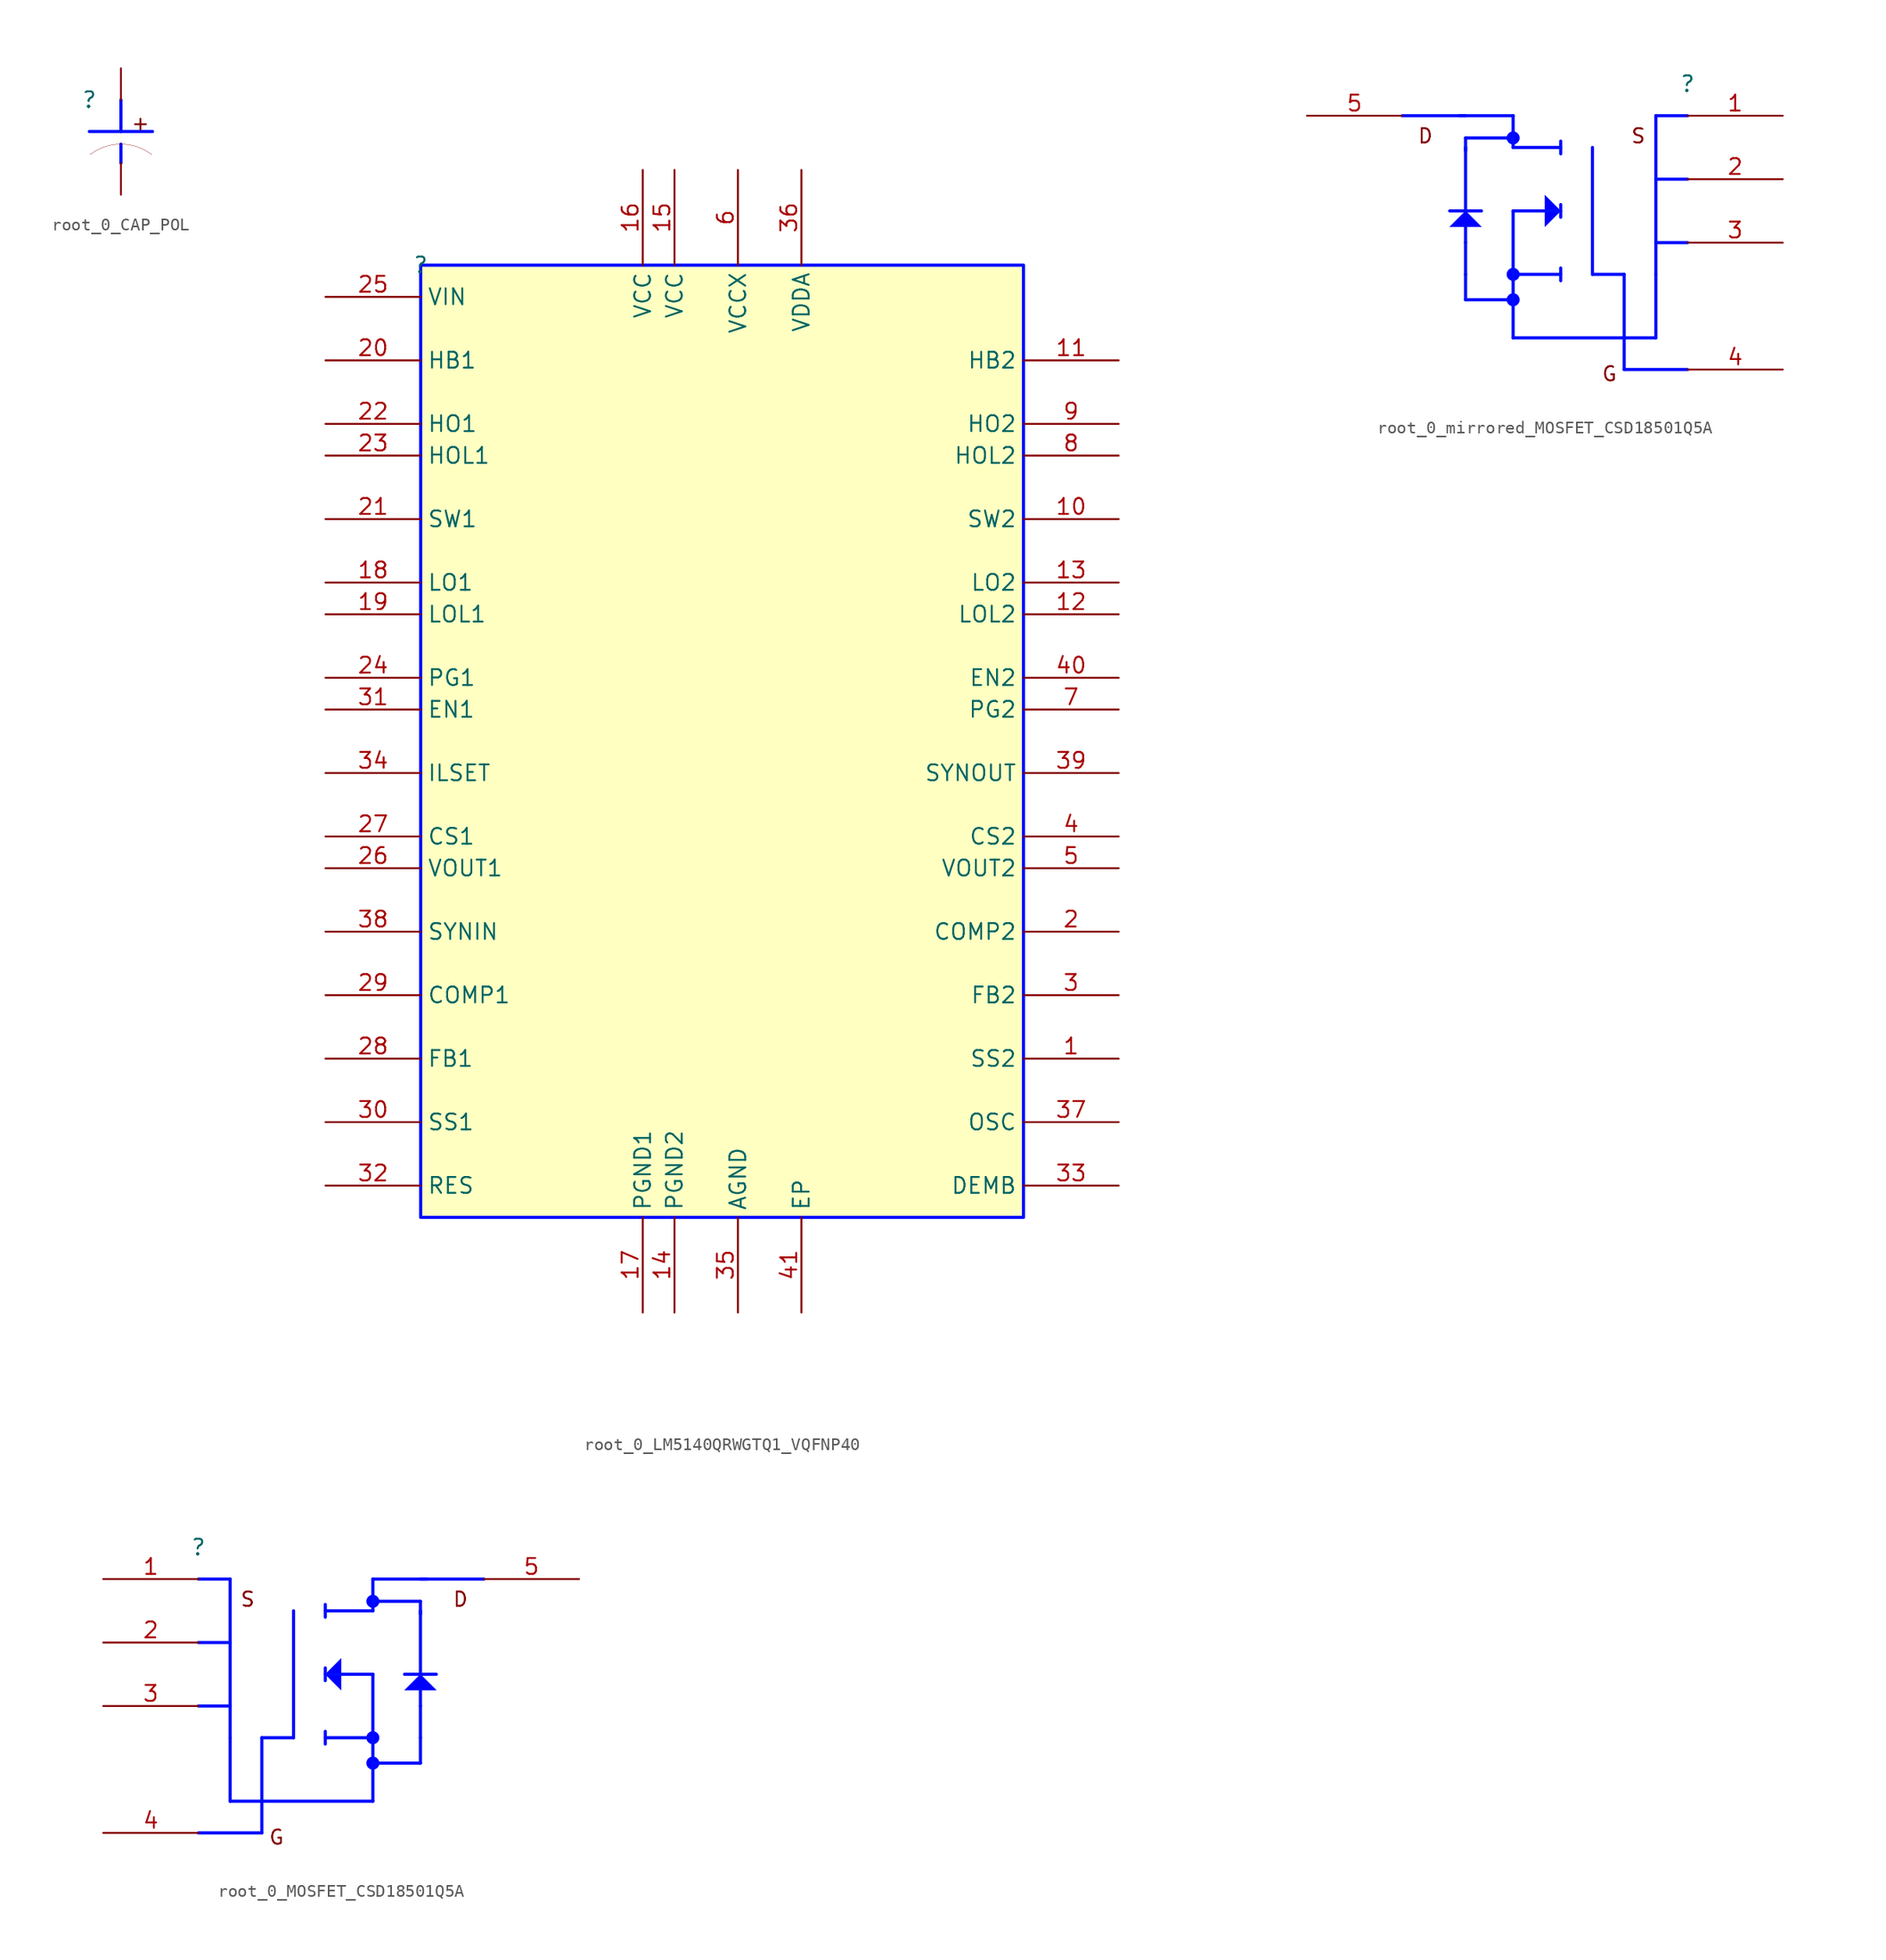
<source format=kicad_sym>
(kicad_symbol_lib
  (version 20231120)
  (generator "kicad_symbol_editor")
  (generator_version "8.0")
  (symbol "root_0_CAP_POL"
    (property "Reference" ""
      (at 0 0 0)
      (effects (font (size 1.27 1.27))))
    (property "Value" ""
      (at 0 0 0)
      (effects (font (size 1.27 1.27))))
    (symbol "root_0_CAP_POL_1_0"
      (polyline (pts (xy 0 -2.54) (xy 5.08 -2.54)) (stroke (width 0.254) (type solid) (color 0 11 255 1)) (fill (type none)))
      (polyline (pts (xy 2.54 -3.556) (xy 2.54 -5.08)) (stroke (width 0.254) (type solid) (color 0 11 255 1)) (fill (type none)))
      (polyline (pts (xy 2.54 0) (xy 2.54 -2.54)) (stroke (width 0.254) (type solid) (color 0 11 255 1)) (fill (type none)))
      (arc (start 2.54 -3.556) (mid 1.2313 -3.7725) (end 0.0621 -4.3988) (stroke (width 0.0254) (type solid)) (fill (type none)))
      (arc (start 5.0179 -4.3988) (mid 3.8487 -3.7725) (end 2.54 -3.556) (stroke (width 0.0254) (type solid)) (fill (type none)))
      (text "+" (at 3.302 -2.54 0) (effects (font (size 1.143 1.143)) (justify left bottom)))
      (pin passive line (at 2.54 2.54 270) (length 2.54) (name "1" (effects (font (size 0 0)))) (number "1" (effects (font (size 0 0)))))
      (pin passive line (at 2.54 -7.62 90) (length 2.54) (name "2" (effects (font (size 0 0)))) (number "2" (effects (font (size 0 0)))))))
  (symbol "root_0_LM5140QRWGTQ1_VQFNP40"
    (property "Reference" ""
      (at 0 0 0)
      (effects (font (size 1.27 1.27))))
    (property "Value" ""
      (at 0 0 0)
      (effects (font (size 1.27 1.27))))
    (symbol "root_0_LM5140QRWGTQ1_VQFNP40_1_0"
      (rectangle (start 48.26 0) (end 0 -76.2) (stroke (width 0.254) (type solid) (color 0 11 255 1)) (fill (type background)))
      (pin passive line (at 55.88 -63.5 180) (length 7.62) (name "SS2" (effects (font (size 1.27 1.27)))) (number "1" (effects (font (size 1.27 1.27)))))
      (pin passive line (at 55.88 -20.32 180) (length 7.62) (name "SW2" (effects (font (size 1.27 1.27)))) (number "10" (effects (font (size 1.27 1.27)))))
      (pin passive line (at 55.88 -7.62 180) (length 7.62) (name "HB2" (effects (font (size 1.27 1.27)))) (number "11" (effects (font (size 1.27 1.27)))))
      (pin passive line (at 55.88 -27.94 180) (length 7.62) (name "LOL2" (effects (font (size 1.27 1.27)))) (number "12" (effects (font (size 1.27 1.27)))))
      (pin passive line (at 55.88 -25.4 180) (length 7.62) (name "LO2" (effects (font (size 1.27 1.27)))) (number "13" (effects (font (size 1.27 1.27)))))
      (pin power_in line (at 20.32 -83.82 90) (length 7.62) (name "PGND2" (effects (font (size 1.27 1.27)))) (number "14" (effects (font (size 1.27 1.27)))))
      (pin power_in line (at 20.32 7.62 270) (length 7.62) (name "VCC" (effects (font (size 1.27 1.27)))) (number "15" (effects (font (size 1.27 1.27)))))
      (pin power_in line (at 17.78 7.62 270) (length 7.62) (name "VCC" (effects (font (size 1.27 1.27)))) (number "16" (effects (font (size 1.27 1.27)))))
      (pin power_in line (at 17.78 -83.82 90) (length 7.62) (name "PGND1" (effects (font (size 1.27 1.27)))) (number "17" (effects (font (size 1.27 1.27)))))
      (pin passive line (at -7.62 -25.4 0) (length 7.62) (name "LO1" (effects (font (size 1.27 1.27)))) (number "18" (effects (font (size 1.27 1.27)))))
      (pin passive line (at -7.62 -27.94 0) (length 7.62) (name "LOL1" (effects (font (size 1.27 1.27)))) (number "19" (effects (font (size 1.27 1.27)))))
      (pin passive line (at 55.88 -53.34 180) (length 7.62) (name "COMP2" (effects (font (size 1.27 1.27)))) (number "2" (effects (font (size 1.27 1.27)))))
      (pin passive line (at -7.62 -7.62 0) (length 7.62) (name "HB1" (effects (font (size 1.27 1.27)))) (number "20" (effects (font (size 1.27 1.27)))))
      (pin passive line (at -7.62 -20.32 0) (length 7.62) (name "SW1" (effects (font (size 1.27 1.27)))) (number "21" (effects (font (size 1.27 1.27)))))
      (pin passive line (at -7.62 -12.7 0) (length 7.62) (name "HO1" (effects (font (size 1.27 1.27)))) (number "22" (effects (font (size 1.27 1.27)))))
      (pin passive line (at -7.62 -15.24 0) (length 7.62) (name "HOL1" (effects (font (size 1.27 1.27)))) (number "23" (effects (font (size 1.27 1.27)))))
      (pin passive line (at -7.62 -33.02 0) (length 7.62) (name "PG1" (effects (font (size 1.27 1.27)))) (number "24" (effects (font (size 1.27 1.27)))))
      (pin input line (at -7.62 -2.54 0) (length 7.62) (name "VIN" (effects (font (size 1.27 1.27)))) (number "25" (effects (font (size 1.27 1.27)))))
      (pin power_in line (at -7.62 -48.26 0) (length 7.62) (name "VOUT1" (effects (font (size 1.27 1.27)))) (number "26" (effects (font (size 1.27 1.27)))))
      (pin passive line (at -7.62 -45.72 0) (length 7.62) (name "CS1" (effects (font (size 1.27 1.27)))) (number "27" (effects (font (size 1.27 1.27)))))
      (pin passive line (at -7.62 -63.5 0) (length 7.62) (name "FB1" (effects (font (size 1.27 1.27)))) (number "28" (effects (font (size 1.27 1.27)))))
      (pin passive line (at -7.62 -58.42 0) (length 7.62) (name "COMP1" (effects (font (size 1.27 1.27)))) (number "29" (effects (font (size 1.27 1.27)))))
      (pin passive line (at 55.88 -58.42 180) (length 7.62) (name "FB2" (effects (font (size 1.27 1.27)))) (number "3" (effects (font (size 1.27 1.27)))))
      (pin passive line (at -7.62 -68.58 0) (length 7.62) (name "SS1" (effects (font (size 1.27 1.27)))) (number "30" (effects (font (size 1.27 1.27)))))
      (pin passive line (at -7.62 -35.56 0) (length 7.62) (name "EN1" (effects (font (size 1.27 1.27)))) (number "31" (effects (font (size 1.27 1.27)))))
      (pin passive line (at -7.62 -73.66 0) (length 7.62) (name "RES" (effects (font (size 1.27 1.27)))) (number "32" (effects (font (size 1.27 1.27)))))
      (pin passive line (at 55.88 -73.66 180) (length 7.62) (name "DEMB" (effects (font (size 1.27 1.27)))) (number "33" (effects (font (size 1.27 1.27)))))
      (pin passive line (at -7.62 -40.64 0) (length 7.62) (name "ILSET" (effects (font (size 1.27 1.27)))) (number "34" (effects (font (size 1.27 1.27)))))
      (pin power_in line (at 25.4 -83.82 90) (length 7.62) (name "AGND" (effects (font (size 1.27 1.27)))) (number "35" (effects (font (size 1.27 1.27)))))
      (pin power_in line (at 30.48 7.62 270) (length 7.62) (name "VDDA" (effects (font (size 1.27 1.27)))) (number "36" (effects (font (size 1.27 1.27)))))
      (pin passive line (at 55.88 -68.58 180) (length 7.62) (name "OSC" (effects (font (size 1.27 1.27)))) (number "37" (effects (font (size 1.27 1.27)))))
      (pin input line (at -7.62 -53.34 0) (length 7.62) (name "SYNIN" (effects (font (size 1.27 1.27)))) (number "38" (effects (font (size 1.27 1.27)))))
      (pin output line (at 55.88 -40.64 180) (length 7.62) (name "SYNOUT" (effects (font (size 1.27 1.27)))) (number "39" (effects (font (size 1.27 1.27)))))
      (pin passive line (at 55.88 -45.72 180) (length 7.62) (name "CS2" (effects (font (size 1.27 1.27)))) (number "4" (effects (font (size 1.27 1.27)))))
      (pin passive line (at 55.88 -33.02 180) (length 7.62) (name "EN2" (effects (font (size 1.27 1.27)))) (number "40" (effects (font (size 1.27 1.27)))))
      (pin power_in line (at 30.48 -83.82 90) (length 7.62) (name "EP" (effects (font (size 1.27 1.27)))) (number "41" (effects (font (size 1.27 1.27)))))
      (pin power_in line (at 55.88 -48.26 180) (length 7.62) (name "VOUT2" (effects (font (size 1.27 1.27)))) (number "5" (effects (font (size 1.27 1.27)))))
      (pin power_in line (at 25.4 7.62 270) (length 7.62) (name "VCCX" (effects (font (size 1.27 1.27)))) (number "6" (effects (font (size 1.27 1.27)))))
      (pin passive line (at 55.88 -35.56 180) (length 7.62) (name "PG2" (effects (font (size 1.27 1.27)))) (number "7" (effects (font (size 1.27 1.27)))))
      (pin passive line (at 55.88 -15.24 180) (length 7.62) (name "HOL2" (effects (font (size 1.27 1.27)))) (number "8" (effects (font (size 1.27 1.27)))))
      (pin passive line (at 55.88 -12.7 180) (length 7.62) (name "HO2" (effects (font (size 1.27 1.27)))) (number "9" (effects (font (size 1.27 1.27)))))))
  (symbol "root_0_mirrored_MOSFET_CSD18501Q5A"
    (property "Reference" ""
      (at 0 0 0)
      (effects (font (size 1.27 1.27))))
    (property "Value" ""
      (at 0 0 0)
      (effects (font (size 1.27 1.27))))
    (symbol "root_0_mirrored_MOSFET_CSD18501Q5A_1_0"
      (circle (center -13.97 -17.272) (radius 0.508) (stroke (width 0.025) (type solid) (color 0 11 255 1)) (fill (type color) (color 0 0 255 1)))
      (circle (center -13.97 -15.24) (radius 0.508) (stroke (width 0.025) (type solid) (color 0 11 255 1)) (fill (type color) (color 0 0 255 1)))
      (circle (center -13.97 -4.318) (radius 0.508) (stroke (width 0.025) (type solid) (color 0 11 255 1)) (fill (type color) (color 0 0 255 1)))
      (polyline (pts (xy -19.05 -10.16) (xy -16.51 -10.16)) (stroke (width 0.254) (type solid) (color 0 11 255 1)) (fill (type none)))
      (polyline (pts (xy -17.78 -15.24) (xy -17.78 -17.272)) (stroke (width 0.254) (type solid) (color 0 11 255 1)) (fill (type none)))
      (polyline (pts (xy -17.78 -12.7) (xy -17.78 -15.24)) (stroke (width 0.254) (type solid) (color 0 11 255 1)) (fill (type none)))
      (polyline (pts (xy -17.78 -11.43) (xy -17.78 -12.7)) (stroke (width 0.254) (type solid) (color 0 11 255 1)) (fill (type none)))
      (polyline (pts (xy -17.78 -5.334) (xy -17.78 -4.318)) (stroke (width 0.254) (type solid) (color 0 11 255 1)) (fill (type none)))
      (polyline (pts (xy -17.78 -5.08) (xy -17.78 -10.16)) (stroke (width 0.254) (type solid) (color 0 11 255 1)) (fill (type none)))
      (polyline (pts (xy -17.78 -2.54) (xy -22.86 -2.54)) (stroke (width 0.254) (type solid) (color 0 11 255 1)) (fill (type none)))
      (polyline (pts (xy -13.97 -17.272) (xy -17.78 -17.272)) (stroke (width 0.254) (type solid) (color 0 11 255 1)) (fill (type none)))
      (polyline (pts (xy -13.97 -15.24) (xy -13.97 -20.32)) (stroke (width 0.254) (type solid) (color 0 11 255 1)) (fill (type none)))
      (polyline (pts (xy -13.97 -15.24) (xy -10.16 -15.24)) (stroke (width 0.254) (type solid) (color 0 11 255 1)) (fill (type none)))
      (polyline (pts (xy -13.97 -10.16) (xy -13.97 -15.24)) (stroke (width 0.254) (type solid) (color 0 11 255 1)) (fill (type none)))
      (polyline (pts (xy -13.97 -10.16) (xy -10.16 -10.16)) (stroke (width 0.254) (type solid) (color 0 11 255 1)) (fill (type none)))
      (polyline (pts (xy -13.97 -5.08) (xy -13.97 -2.54)) (stroke (width 0.254) (type solid) (color 0 11 255 1)) (fill (type none)))
      (polyline (pts (xy -13.97 -5.08) (xy -10.16 -5.08)) (stroke (width 0.254) (type solid) (color 0 11 255 1)) (fill (type none)))
      (polyline (pts (xy -13.97 -4.318) (xy -17.78 -4.318)) (stroke (width 0.254) (type solid) (color 0 11 255 1)) (fill (type none)))
      (polyline (pts (xy -13.97 -2.54) (xy -18.288 -2.54)) (stroke (width 0.254) (type solid) (color 0 11 255 1)) (fill (type none)))
      (polyline (pts (xy -10.16 -14.732) (xy -10.16 -15.748)) (stroke (width 0.254) (type solid) (color 0 11 255 1)) (fill (type none)))
      (polyline (pts (xy -10.16 -9.652) (xy -10.16 -10.668)) (stroke (width 0.254) (type solid) (color 0 11 255 1)) (fill (type none)))
      (polyline (pts (xy -10.16 -4.572) (xy -10.16 -5.588)) (stroke (width 0.254) (type solid) (color 0 11 255 1)) (fill (type none)))
      (polyline (pts (xy -7.62 -15.24) (xy -7.62 -5.08)) (stroke (width 0.254) (type solid) (color 0 11 255 1)) (fill (type none)))
      (polyline (pts (xy -5.08 -22.86) (xy -5.08 -15.24)) (stroke (width 0.254) (type solid) (color 0 11 255 1)) (fill (type none)))
      (polyline (pts (xy -5.08 -22.86) (xy 0 -22.86)) (stroke (width 0.254) (type solid) (color 0 11 255 1)) (fill (type none)))
      (polyline (pts (xy -5.08 -15.24) (xy -7.62 -15.24)) (stroke (width 0.254) (type solid) (color 0 11 255 1)) (fill (type none)))
      (polyline (pts (xy -2.54 -20.32) (xy -13.97 -20.32)) (stroke (width 0.254) (type solid) (color 0 11 255 1)) (fill (type none)))
      (polyline (pts (xy -2.54 -20.32) (xy -2.54 -15.24)) (stroke (width 0.254) (type solid) (color 0 11 255 1)) (fill (type none)))
      (polyline (pts (xy -2.54 -15.24) (xy -2.54 -2.54)) (stroke (width 0.254) (type solid) (color 0 11 255 1)) (fill (type none)))
      (polyline (pts (xy -2.54 -12.7) (xy 0 -12.7)) (stroke (width 0.254) (type solid) (color 0 11 255 1)) (fill (type none)))
      (polyline (pts (xy -2.54 -7.62) (xy 0 -7.62)) (stroke (width 0.254) (type solid) (color 0 11 255 1)) (fill (type none)))
      (polyline (pts (xy -2.54 -2.54) (xy 0 -2.54)) (stroke (width 0.254) (type solid) (color 0 11 255 1)) (fill (type none)))
      (polyline (pts (xy -16.51 -11.43) (xy -19.05 -11.43) (xy -17.78 -10.16) (xy -16.51 -11.43) (xy -16.51 -11.43)) (stroke (width 0.025) (type solid) (color 0 11 255 1)) (fill (type color) (color 0 0 255 1)))
      (polyline (pts (xy -10.16 -10.16) (xy -11.43 -8.89) (xy -11.43 -11.43) (xy -10.16 -10.16) (xy -10.16 -10.16)) (stroke (width 0.025) (type solid) (color 0 11 255 1)) (fill (type color) (color 0 0 255 1)))
      (text "D" (at -20.32 -4.826 0) (effects (font (size 1.143 1.143)) (justify right bottom)))
      (text "G" (at -5.588 -23.876 0) (effects (font (size 1.143 1.143)) (justify right bottom)))
      (text "S" (at -3.302 -4.826 0) (effects (font (size 1.143 1.143)) (justify right bottom)))
      (pin passive line (at 7.62 -2.54 180) (length 7.62) (name "S1" (effects (font (size 0 0)))) (number "1" (effects (font (size 1.27 1.27)))))
      (pin passive line (at 7.62 -7.62 180) (length 7.62) (name "S2" (effects (font (size 0 0)))) (number "2" (effects (font (size 1.27 1.27)))))
      (pin passive line (at 7.62 -12.7 180) (length 7.62) (name "S3" (effects (font (size 0 0)))) (number "3" (effects (font (size 1.27 1.27)))))
      (pin passive line (at 7.62 -22.86 180) (length 7.62) (name "G" (effects (font (size 0 0)))) (number "4" (effects (font (size 1.27 1.27)))))
      (pin passive line (at -30.48 -2.54 0) (length 7.62) (name "D" (effects (font (size 0 0)))) (number "5" (effects (font (size 1.27 1.27)))))))
  (symbol "root_0_MOSFET_CSD18501Q5A"
    (property "Reference" ""
      (at 0 0 0)
      (effects (font (size 1.27 1.27))))
    (property "Value" ""
      (at 0 0 0)
      (effects (font (size 1.27 1.27))))
    (symbol "root_0_MOSFET_CSD18501Q5A_1_0"
      (polyline (pts (xy 2.54 -20.32) (xy 2.54 -15.24)) (stroke (width 0.254) (type solid) (color 0 11 255 1)) (fill (type none)))
      (polyline (pts (xy 2.54 -20.32) (xy 13.97 -20.32)) (stroke (width 0.254) (type solid) (color 0 11 255 1)) (fill (type none)))
      (polyline (pts (xy 2.54 -15.24) (xy 2.54 -2.54)) (stroke (width 0.254) (type solid) (color 0 11 255 1)) (fill (type none)))
      (polyline (pts (xy 2.54 -12.7) (xy 0 -12.7)) (stroke (width 0.254) (type solid) (color 0 11 255 1)) (fill (type none)))
      (polyline (pts (xy 2.54 -7.62) (xy 0 -7.62)) (stroke (width 0.254) (type solid) (color 0 11 255 1)) (fill (type none)))
      (polyline (pts (xy 2.54 -2.54) (xy 0 -2.54)) (stroke (width 0.254) (type solid) (color 0 11 255 1)) (fill (type none)))
      (polyline (pts (xy 5.08 -22.86) (xy 0 -22.86)) (stroke (width 0.254) (type solid) (color 0 11 255 1)) (fill (type none)))
      (polyline (pts (xy 5.08 -22.86) (xy 5.08 -15.24)) (stroke (width 0.254) (type solid) (color 0 11 255 1)) (fill (type none)))
      (polyline (pts (xy 5.08 -15.24) (xy 7.62 -15.24)) (stroke (width 0.254) (type solid) (color 0 11 255 1)) (fill (type none)))
      (polyline (pts (xy 7.62 -15.24) (xy 7.62 -5.08)) (stroke (width 0.254) (type solid) (color 0 11 255 1)) (fill (type none)))
      (polyline (pts (xy 10.16 -14.732) (xy 10.16 -15.748)) (stroke (width 0.254) (type solid) (color 0 11 255 1)) (fill (type none)))
      (polyline (pts (xy 10.16 -9.652) (xy 10.16 -10.668)) (stroke (width 0.254) (type solid) (color 0 11 255 1)) (fill (type none)))
      (polyline (pts (xy 10.16 -4.572) (xy 10.16 -5.588)) (stroke (width 0.254) (type solid) (color 0 11 255 1)) (fill (type none)))
      (polyline (pts (xy 13.97 -17.272) (xy 17.78 -17.272)) (stroke (width 0.254) (type solid) (color 0 11 255 1)) (fill (type none)))
      (polyline (pts (xy 13.97 -15.24) (xy 10.16 -15.24)) (stroke (width 0.254) (type solid) (color 0 11 255 1)) (fill (type none)))
      (polyline (pts (xy 13.97 -15.24) (xy 13.97 -20.32)) (stroke (width 0.254) (type solid) (color 0 11 255 1)) (fill (type none)))
      (polyline (pts (xy 13.97 -10.16) (xy 10.16 -10.16)) (stroke (width 0.254) (type solid) (color 0 11 255 1)) (fill (type none)))
      (polyline (pts (xy 13.97 -10.16) (xy 13.97 -15.24)) (stroke (width 0.254) (type solid) (color 0 11 255 1)) (fill (type none)))
      (polyline (pts (xy 13.97 -5.08) (xy 10.16 -5.08)) (stroke (width 0.254) (type solid) (color 0 11 255 1)) (fill (type none)))
      (polyline (pts (xy 13.97 -5.08) (xy 13.97 -2.54)) (stroke (width 0.254) (type solid) (color 0 11 255 1)) (fill (type none)))
      (polyline (pts (xy 13.97 -4.318) (xy 17.78 -4.318)) (stroke (width 0.254) (type solid) (color 0 11 255 1)) (fill (type none)))
      (polyline (pts (xy 13.97 -2.54) (xy 18.288 -2.54)) (stroke (width 0.254) (type solid) (color 0 11 255 1)) (fill (type none)))
      (polyline (pts (xy 17.78 -15.24) (xy 17.78 -17.272)) (stroke (width 0.254) (type solid) (color 0 11 255 1)) (fill (type none)))
      (polyline (pts (xy 17.78 -12.7) (xy 17.78 -15.24)) (stroke (width 0.254) (type solid) (color 0 11 255 1)) (fill (type none)))
      (polyline (pts (xy 17.78 -11.43) (xy 17.78 -12.7)) (stroke (width 0.254) (type solid) (color 0 11 255 1)) (fill (type none)))
      (polyline (pts (xy 17.78 -5.334) (xy 17.78 -4.318)) (stroke (width 0.254) (type solid) (color 0 11 255 1)) (fill (type none)))
      (polyline (pts (xy 17.78 -5.08) (xy 17.78 -10.16)) (stroke (width 0.254) (type solid) (color 0 11 255 1)) (fill (type none)))
      (polyline (pts (xy 17.78 -2.54) (xy 22.86 -2.54)) (stroke (width 0.254) (type solid) (color 0 11 255 1)) (fill (type none)))
      (polyline (pts (xy 19.05 -10.16) (xy 16.51 -10.16)) (stroke (width 0.254) (type solid) (color 0 11 255 1)) (fill (type none)))
      (polyline (pts (xy 10.16 -10.16) (xy 11.43 -8.89) (xy 11.43 -11.43) (xy 10.16 -10.16) (xy 10.16 -10.16)) (stroke (width 0.025) (type solid) (color 0 11 255 1)) (fill (type color) (color 0 0 255 1)))
      (polyline (pts (xy 16.51 -11.43) (xy 19.05 -11.43) (xy 17.78 -10.16) (xy 16.51 -11.43) (xy 16.51 -11.43)) (stroke (width 0.025) (type solid) (color 0 11 255 1)) (fill (type color) (color 0 0 255 1)))
      (circle (center 13.97 -17.272) (radius 0.508) (stroke (width 0.025) (type solid) (color 0 11 255 1)) (fill (type color) (color 0 0 255 1)))
      (circle (center 13.97 -15.24) (radius 0.508) (stroke (width 0.025) (type solid) (color 0 11 255 1)) (fill (type color) (color 0 0 255 1)))
      (circle (center 13.97 -4.318) (radius 0.508) (stroke (width 0.025) (type solid) (color 0 11 255 1)) (fill (type color) (color 0 0 255 1)))
      (text "D" (at 20.32 -4.826 0) (effects (font (size 1.143 1.143)) (justify left bottom)))
      (text "G" (at 5.588 -23.876 0) (effects (font (size 1.143 1.143)) (justify left bottom)))
      (text "S" (at 3.302 -4.826 0) (effects (font (size 1.143 1.143)) (justify left bottom)))
      (pin passive line (at -7.62 -2.54 0) (length 7.62) (name "S1" (effects (font (size 0 0)))) (number "1" (effects (font (size 1.27 1.27)))))
      (pin passive line (at -7.62 -7.62 0) (length 7.62) (name "S2" (effects (font (size 0 0)))) (number "2" (effects (font (size 1.27 1.27)))))
      (pin passive line (at -7.62 -12.7 0) (length 7.62) (name "S3" (effects (font (size 0 0)))) (number "3" (effects (font (size 1.27 1.27)))))
      (pin passive line (at -7.62 -22.86 0) (length 7.62) (name "G" (effects (font (size 0 0)))) (number "4" (effects (font (size 1.27 1.27)))))
      (pin passive line (at 30.48 -2.54 180) (length 7.62) (name "D" (effects (font (size 0 0)))) (number "5" (effects (font (size 1.27 1.27))))))))
</source>
